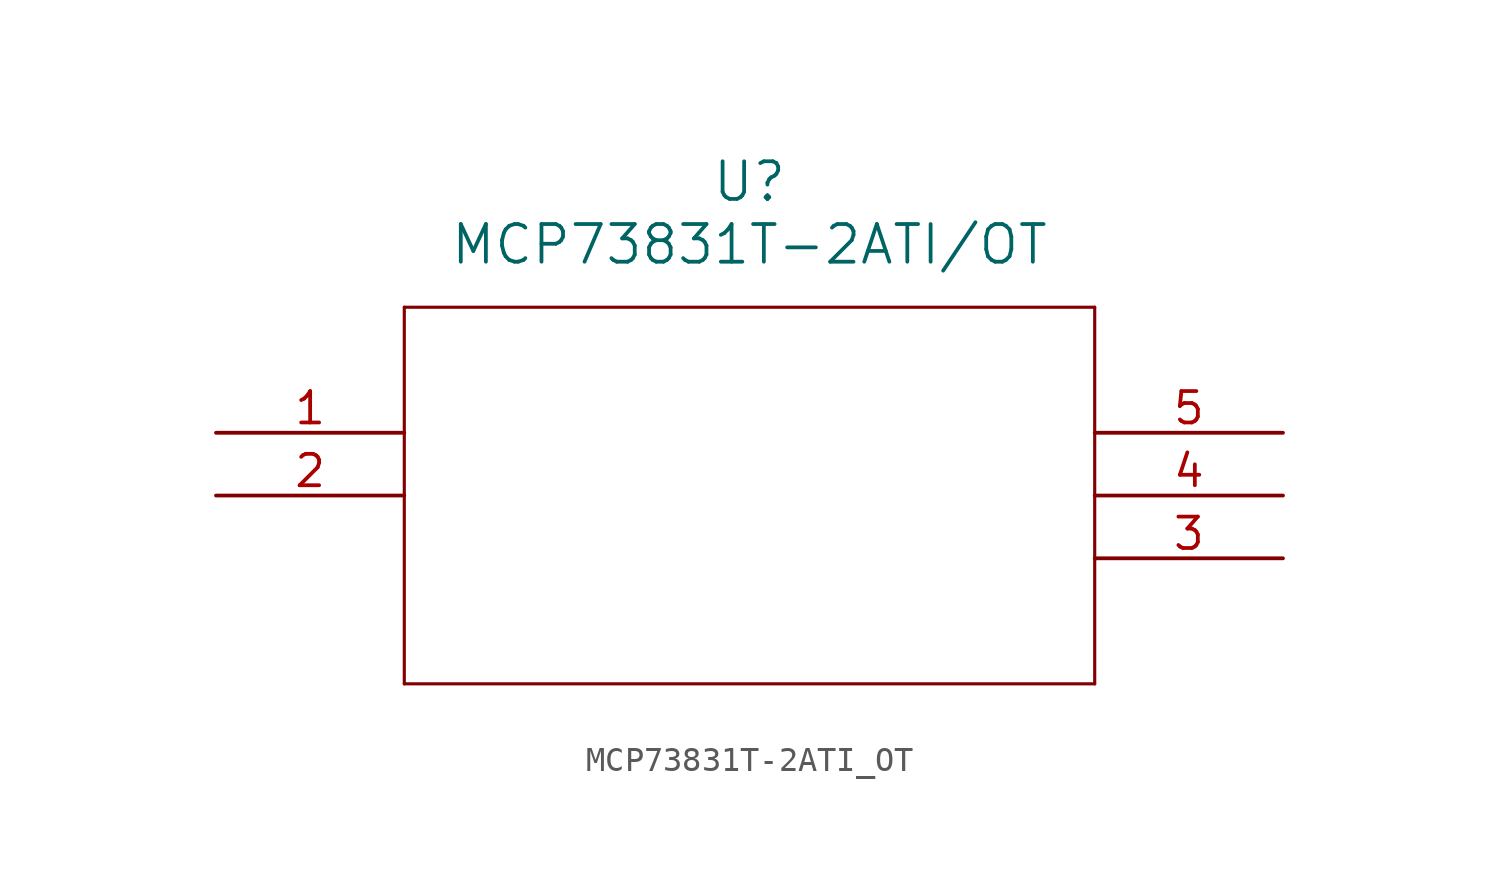
<source format=kicad_sym>
(kicad_symbol_lib
  (version 20211014)
  (generator kicad_symbol_editor)
  (symbol "MCP73831T-2ATI_OT"
    (pin_names
      (offset 0.254))
    (property "Reference" "U"
      (at 21.59 10.16 0)
      (effects (font (size 1.524 1.524))))
    (property "Value" "MCP73831T-2ATI/OT"
      (at 21.59 7.62 0)
      (effects (font (size 1.524 1.524))))
    (polyline
      (pts (xy 7.62 5.08) (xy 7.62 -10.16))
      (stroke (width 0.127) (type default) (color 0 0 0 0))
      (fill (type none)))
    (polyline
      (pts (xy 7.62 -10.16) (xy 35.56 -10.16))
      (stroke (width 0.127) (type default) (color 0 0 0 0))
      (fill (type none)))
    (polyline
      (pts (xy 35.56 -10.16) (xy 35.56 5.08))
      (stroke (width 0.127) (type default) (color 0 0 0 0))
      (fill (type none)))
    (polyline
      (pts (xy 35.56 5.08) (xy 7.62 5.08))
      (stroke (width 0.127) (type default) (color 0 0 0 0))
      (fill (type none)))
    (pin unspecified line
      (at 0 0 0)
      (length 7.62)
      (name "" (effects (font (size 1.27 1.27))))
      (number "1" (effects (font (size 1.27 1.27)))))
    (pin unspecified line
      (at 0 -2.54 0)
      (length 7.62)
      (name "" (effects (font (size 1.27 1.27))))
      (number "2" (effects (font (size 1.27 1.27)))))
    (pin unspecified line
      (at 43.18 -5.08 180)
      (length 7.62)
      (name "" (effects (font (size 1.27 1.27))))
      (number "3" (effects (font (size 1.27 1.27)))))
    (pin unspecified line
      (at 43.18 -2.54 180)
      (length 7.62)
      (name "" (effects (font (size 1.27 1.27))))
      (number "4" (effects (font (size 1.27 1.27)))))
    (pin unspecified line
      (at 43.18 0 180)
      (length 7.62)
      (name "" (effects (font (size 1.27 1.27))))
      (number "5" (effects (font (size 1.27 1.27)))))))
</source>
